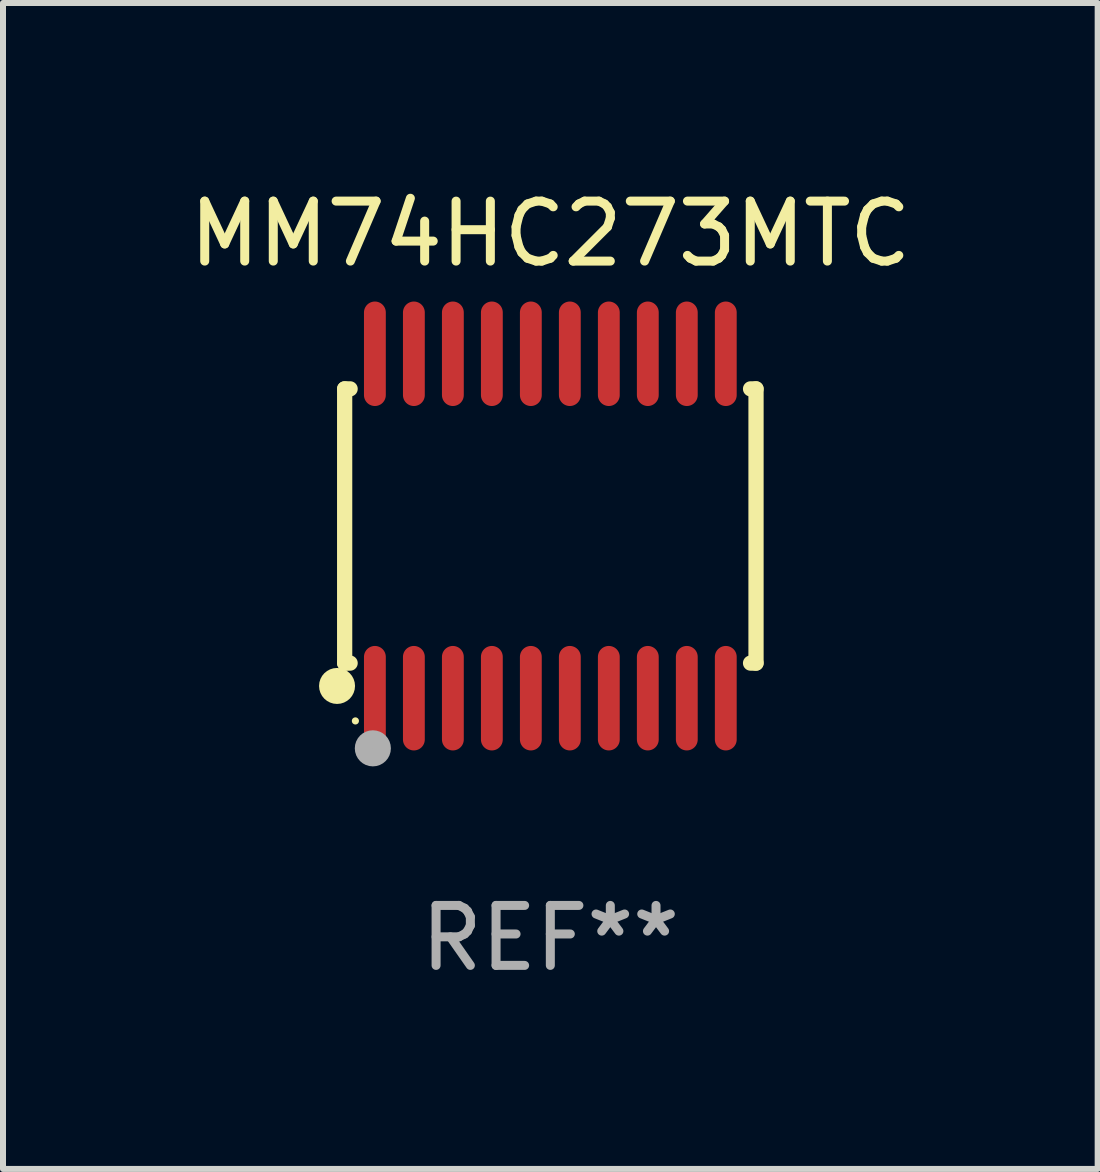
<source format=kicad_pcb>
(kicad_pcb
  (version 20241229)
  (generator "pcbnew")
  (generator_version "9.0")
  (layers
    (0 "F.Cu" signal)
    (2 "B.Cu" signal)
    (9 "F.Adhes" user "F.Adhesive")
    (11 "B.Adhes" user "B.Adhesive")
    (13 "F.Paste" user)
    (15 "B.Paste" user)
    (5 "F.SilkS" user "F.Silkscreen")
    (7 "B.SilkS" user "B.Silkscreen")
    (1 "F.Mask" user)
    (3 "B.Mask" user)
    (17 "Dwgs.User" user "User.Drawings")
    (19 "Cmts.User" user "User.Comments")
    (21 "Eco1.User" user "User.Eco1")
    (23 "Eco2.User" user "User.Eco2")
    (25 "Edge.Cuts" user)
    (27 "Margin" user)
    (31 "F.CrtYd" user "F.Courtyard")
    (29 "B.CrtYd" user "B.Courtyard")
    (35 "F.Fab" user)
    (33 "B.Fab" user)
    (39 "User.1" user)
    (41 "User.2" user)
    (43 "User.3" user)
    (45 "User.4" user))
  (footprint "MM74HC273MTC"
    (layer "F.Cu")
    (at 6.125 5.719)
    (property "Reference" "MM74HC273MTC" (at 0 -4.871 0) (layer "F.SilkS") (effects (font (size 1 1) (thickness 0.15))))
    (attr through_hole)
    (fp_line (start -3.429 -2.286) (end -3.429 2.286) (stroke (width 0.254) (type solid)) (layer "F.SilkS"))
    (fp_line (start -3.429 2.286) (end -3.338 2.286) (stroke (width 0.254) (type solid)) (layer "F.SilkS"))
    (fp_line (start -3.338 -2.286) (end -3.429 -2.286) (stroke (width 0.254) (type solid)) (layer "F.SilkS"))
    (fp_line (start 3.338 -2.286) (end 3.429 -2.286) (stroke (width 0.254) (type solid)) (layer "F.SilkS"))
    (fp_line (start 3.429 -2.286) (end 3.429 2.286) (stroke (width 0.254) (type solid)) (layer "F.SilkS"))
    (fp_line (start 3.429 2.286) (end 3.338 2.286) (stroke (width 0.254) (type solid)) (layer "F.SilkS"))
    (fp_circle (center -3.556 2.667) (end -3.406 2.667) (stroke (width 0.3) (type solid)) (fill no) (layer "F.SilkS"))
    (fp_circle (center -3.25 3.25) (end -3.22 3.25) (stroke (width 0.06) (type solid)) (fill no) (layer "F.SilkS"))
    (fp_circle (center -2.959 3.707) (end -2.808 3.707) (stroke (width 0.3) (type solid)) (fill no) (layer "F.Fab"))
    (fp_text user "REF**" (at 0 6.871 0) (layer "F.Fab") (effects (font (size 1 1) (thickness 0.15))))
    (pad "1" smd oval (at -2.925 2.871) (size 0.364 1.742) (layers "F.Cu" "F.Mask" "F.Paste"))
    (pad "2" smd oval (at -2.275 2.871) (size 0.364 1.742) (layers "F.Cu" "F.Mask" "F.Paste"))
    (pad "3" smd oval (at -1.625 2.871) (size 0.364 1.742) (layers "F.Cu" "F.Mask" "F.Paste"))
    (pad "4" smd oval (at -0.975 2.871) (size 0.364 1.742) (layers "F.Cu" "F.Mask" "F.Paste"))
    (pad "5" smd oval (at -0.325 2.871) (size 0.364 1.742) (layers "F.Cu" "F.Mask" "F.Paste"))
    (pad "6" smd oval (at 0.325 2.871) (size 0.364 1.742) (layers "F.Cu" "F.Mask" "F.Paste"))
    (pad "7" smd oval (at 0.975 2.871) (size 0.364 1.742) (layers "F.Cu" "F.Mask" "F.Paste"))
    (pad "8" smd oval (at 1.625 2.871) (size 0.364 1.742) (layers "F.Cu" "F.Mask" "F.Paste"))
    (pad "9" smd oval (at 2.275 2.871) (size 0.364 1.742) (layers "F.Cu" "F.Mask" "F.Paste"))
    (pad "10" smd oval (at 2.925 2.871) (size 0.364 1.742) (layers "F.Cu" "F.Mask" "F.Paste"))
    (pad "11" smd oval (at 2.925 -2.871) (size 0.364 1.742) (layers "F.Cu" "F.Mask" "F.Paste"))
    (pad "12" smd oval (at 2.275 -2.871) (size 0.364 1.742) (layers "F.Cu" "F.Mask" "F.Paste"))
    (pad "13" smd oval (at 1.625 -2.871) (size 0.364 1.742) (layers "F.Cu" "F.Mask" "F.Paste"))
    (pad "14" smd oval (at 0.975 -2.871) (size 0.364 1.742) (layers "F.Cu" "F.Mask" "F.Paste"))
    (pad "15" smd oval (at 0.325 -2.871) (size 0.364 1.742) (layers "F.Cu" "F.Mask" "F.Paste"))
    (pad "16" smd oval (at -0.325 -2.871) (size 0.364 1.742) (layers "F.Cu" "F.Mask" "F.Paste"))
    (pad "17" smd oval (at -0.975 -2.871) (size 0.364 1.742) (layers "F.Cu" "F.Mask" "F.Paste"))
    (pad "18" smd oval (at -1.625 -2.871) (size 0.364 1.742) (layers "F.Cu" "F.Mask" "F.Paste"))
    (pad "19" smd oval (at -2.275 -2.871) (size 0.364 1.742) (layers "F.Cu" "F.Mask" "F.Paste"))
    (pad "20" smd oval (at -2.925 -2.871) (size 0.364 1.742) (layers "F.Cu" "F.Mask" "F.Paste")))
  (gr_rect
    (start -3 -3)
    (end 15.25 16.438)
    (stroke (width 0.1) (type default))
    (fill no)
    (layer "Edge.Cuts")))
</source>
